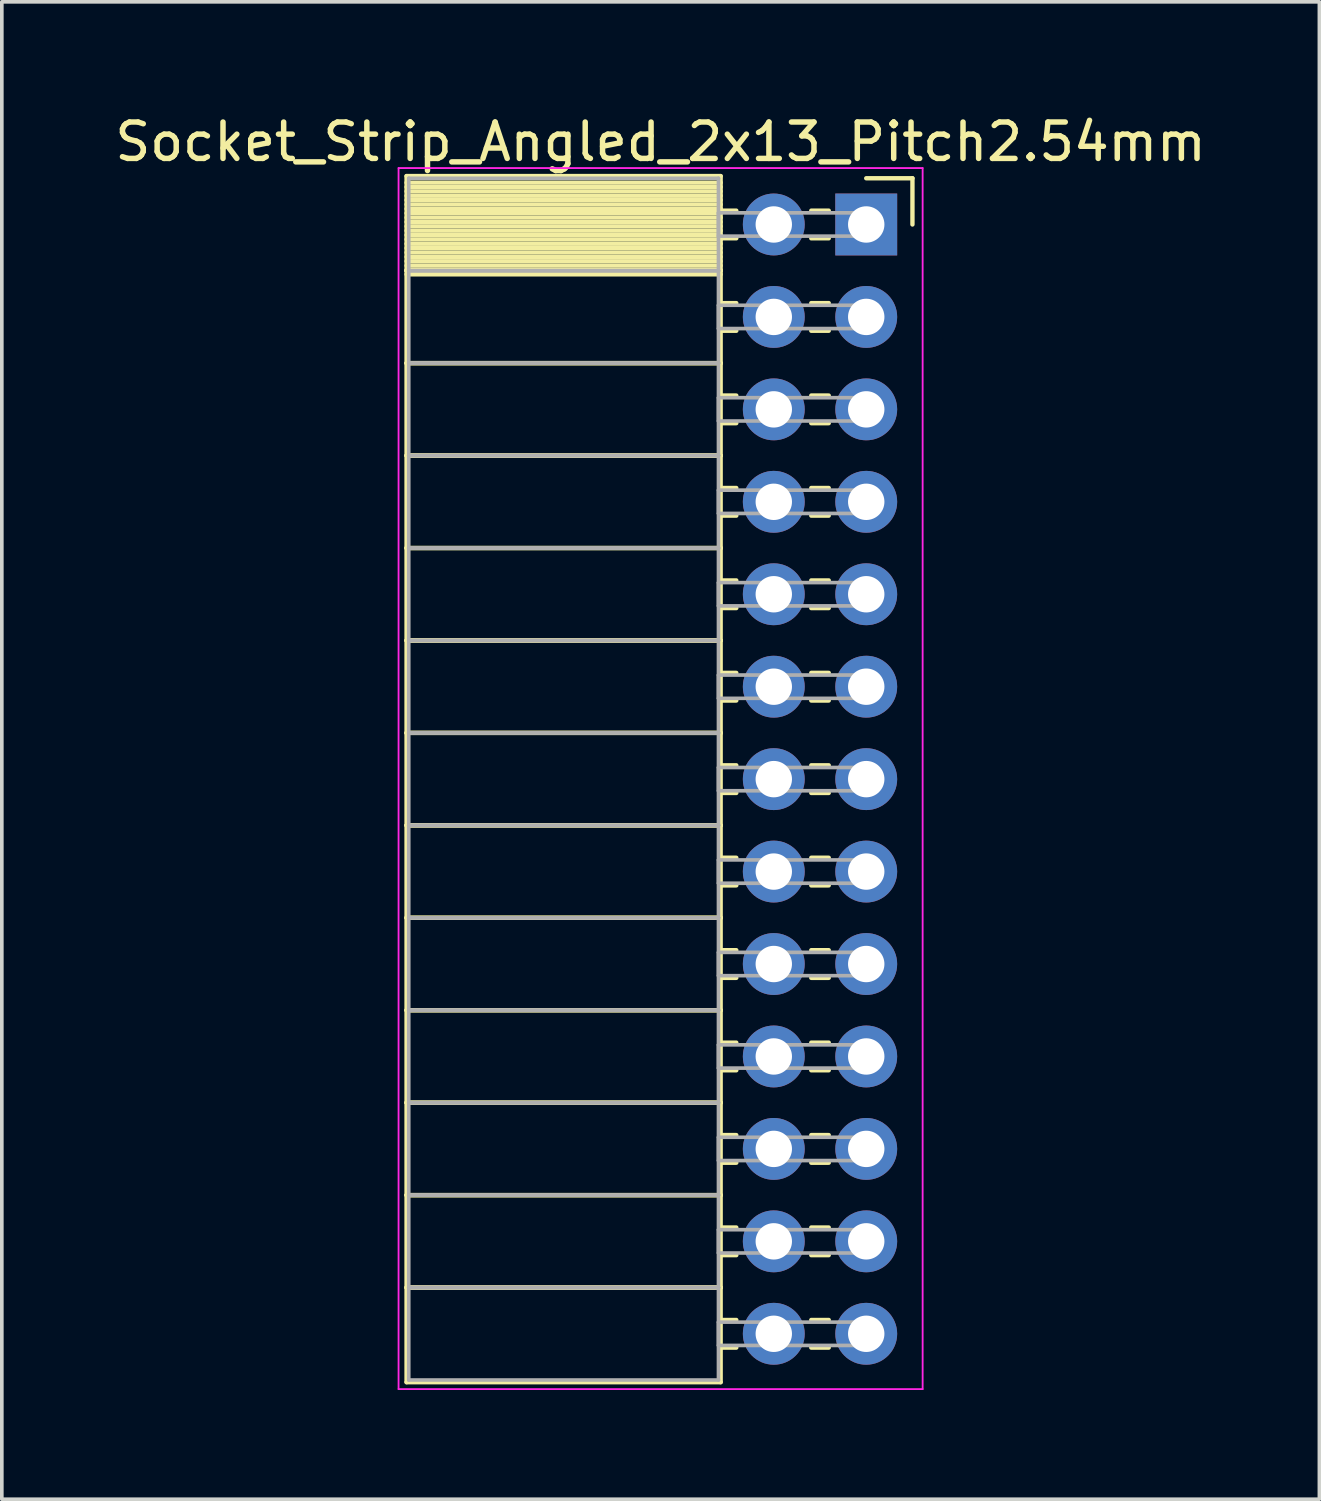
<source format=kicad_pcb>
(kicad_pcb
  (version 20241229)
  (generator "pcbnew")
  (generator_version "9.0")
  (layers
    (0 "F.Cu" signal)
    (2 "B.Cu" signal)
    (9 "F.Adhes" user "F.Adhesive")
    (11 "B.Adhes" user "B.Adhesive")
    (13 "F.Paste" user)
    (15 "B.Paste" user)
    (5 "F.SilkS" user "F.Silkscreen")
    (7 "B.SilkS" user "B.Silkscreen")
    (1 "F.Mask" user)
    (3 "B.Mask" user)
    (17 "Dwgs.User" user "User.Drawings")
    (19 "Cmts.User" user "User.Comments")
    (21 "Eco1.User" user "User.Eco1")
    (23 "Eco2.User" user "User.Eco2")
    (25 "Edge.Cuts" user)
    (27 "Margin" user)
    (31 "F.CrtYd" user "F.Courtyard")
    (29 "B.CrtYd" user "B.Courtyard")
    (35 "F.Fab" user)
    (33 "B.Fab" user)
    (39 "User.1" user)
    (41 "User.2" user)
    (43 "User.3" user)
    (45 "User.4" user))
  (footprint "Socket_Strip_Angled_2x13_Pitch2.54mm"
    (layer "F.Cu")
    (at 20.751 3.118)
    (property "Reference" "Socket_Strip_Angled_2x13_Pitch2.54mm" (at -5.65 -2.27 0) (layer "F.SilkS") (effects (font (size 1 1) (thickness 0.15))))
    (attr through_hole)
    (fp_line (start -12.63 -1.33) (end -4 -1.33) (stroke (width 0.12) (type solid)) (layer "F.SilkS"))
    (fp_line (start -12.63 1.27) (end -12.63 -1.33) (stroke (width 0.12) (type solid)) (layer "F.SilkS"))
    (fp_line (start -12.63 1.27) (end -4 1.27) (stroke (width 0.12) (type solid)) (layer "F.SilkS"))
    (fp_line (start -12.63 3.81) (end -12.63 1.27) (stroke (width 0.12) (type solid)) (layer "F.SilkS"))
    (fp_line (start -12.63 3.81) (end -4 3.81) (stroke (width 0.12) (type solid)) (layer "F.SilkS"))
    (fp_line (start -12.63 6.35) (end -12.63 3.81) (stroke (width 0.12) (type solid)) (layer "F.SilkS"))
    (fp_line (start -12.63 6.35) (end -4 6.35) (stroke (width 0.12) (type solid)) (layer "F.SilkS"))
    (fp_line (start -12.63 8.89) (end -12.63 6.35) (stroke (width 0.12) (type solid)) (layer "F.SilkS"))
    (fp_line (start -12.63 8.89) (end -4 8.89) (stroke (width 0.12) (type solid)) (layer "F.SilkS"))
    (fp_line (start -12.63 11.43) (end -12.63 8.89) (stroke (width 0.12) (type solid)) (layer "F.SilkS"))
    (fp_line (start -12.63 11.43) (end -4 11.43) (stroke (width 0.12) (type solid)) (layer "F.SilkS"))
    (fp_line (start -12.63 13.97) (end -12.63 11.43) (stroke (width 0.12) (type solid)) (layer "F.SilkS"))
    (fp_line (start -12.63 13.97) (end -4 13.97) (stroke (width 0.12) (type solid)) (layer "F.SilkS"))
    (fp_line (start -12.63 16.51) (end -12.63 13.97) (stroke (width 0.12) (type solid)) (layer "F.SilkS"))
    (fp_line (start -12.63 16.51) (end -4 16.51) (stroke (width 0.12) (type solid)) (layer "F.SilkS"))
    (fp_line (start -12.63 19.05) (end -12.63 16.51) (stroke (width 0.12) (type solid)) (layer "F.SilkS"))
    (fp_line (start -12.63 19.05) (end -4 19.05) (stroke (width 0.12) (type solid)) (layer "F.SilkS"))
    (fp_line (start -12.63 21.59) (end -12.63 19.05) (stroke (width 0.12) (type solid)) (layer "F.SilkS"))
    (fp_line (start -12.63 21.59) (end -4 21.59) (stroke (width 0.12) (type solid)) (layer "F.SilkS"))
    (fp_line (start -12.63 24.13) (end -12.63 21.59) (stroke (width 0.12) (type solid)) (layer "F.SilkS"))
    (fp_line (start -12.63 24.13) (end -4 24.13) (stroke (width 0.12) (type solid)) (layer "F.SilkS"))
    (fp_line (start -12.63 26.67) (end -12.63 24.13) (stroke (width 0.12) (type solid)) (layer "F.SilkS"))
    (fp_line (start -12.63 26.67) (end -4 26.67) (stroke (width 0.12) (type solid)) (layer "F.SilkS"))
    (fp_line (start -12.63 29.21) (end -12.63 26.67) (stroke (width 0.12) (type solid)) (layer "F.SilkS"))
    (fp_line (start -12.63 29.21) (end -4 29.21) (stroke (width 0.12) (type solid)) (layer "F.SilkS"))
    (fp_line (start -12.63 31.81) (end -12.63 29.21) (stroke (width 0.12) (type solid)) (layer "F.SilkS"))
    (fp_line (start -4 -1.33) (end -4 1.27) (stroke (width 0.12) (type solid)) (layer "F.SilkS"))
    (fp_line (start -4 -1.15) (end -12.63 -1.15) (stroke (width 0.12) (type solid)) (layer "F.SilkS"))
    (fp_line (start -4 -1.03) (end -12.63 -1.03) (stroke (width 0.12) (type solid)) (layer "F.SilkS"))
    (fp_line (start -4 -0.91) (end -12.63 -0.91) (stroke (width 0.12) (type solid)) (layer "F.SilkS"))
    (fp_line (start -4 -0.79) (end -12.63 -0.79) (stroke (width 0.12) (type solid)) (layer "F.SilkS"))
    (fp_line (start -4 -0.67) (end -12.63 -0.67) (stroke (width 0.12) (type solid)) (layer "F.SilkS"))
    (fp_line (start -4 -0.55) (end -12.63 -0.55) (stroke (width 0.12) (type solid)) (layer "F.SilkS"))
    (fp_line (start -4 -0.43) (end -12.63 -0.43) (stroke (width 0.12) (type solid)) (layer "F.SilkS"))
    (fp_line (start -4 -0.31) (end -12.63 -0.31) (stroke (width 0.12) (type solid)) (layer "F.SilkS"))
    (fp_line (start -4 -0.19) (end -12.63 -0.19) (stroke (width 0.12) (type solid)) (layer "F.SilkS"))
    (fp_line (start -4 -0.07) (end -12.63 -0.07) (stroke (width 0.12) (type solid)) (layer "F.SilkS"))
    (fp_line (start -4 0.05) (end -12.63 0.05) (stroke (width 0.12) (type solid)) (layer "F.SilkS"))
    (fp_line (start -4 0.17) (end -12.63 0.17) (stroke (width 0.12) (type solid)) (layer "F.SilkS"))
    (fp_line (start -4 0.29) (end -12.63 0.29) (stroke (width 0.12) (type solid)) (layer "F.SilkS"))
    (fp_line (start -4 0.41) (end -12.63 0.41) (stroke (width 0.12) (type solid)) (layer "F.SilkS"))
    (fp_line (start -4 0.53) (end -12.63 0.53) (stroke (width 0.12) (type solid)) (layer "F.SilkS"))
    (fp_line (start -4 0.65) (end -12.63 0.65) (stroke (width 0.12) (type solid)) (layer "F.SilkS"))
    (fp_line (start -4 0.77) (end -12.63 0.77) (stroke (width 0.12) (type solid)) (layer "F.SilkS"))
    (fp_line (start -4 0.89) (end -12.63 0.89) (stroke (width 0.12) (type solid)) (layer "F.SilkS"))
    (fp_line (start -4 1.01) (end -12.63 1.01) (stroke (width 0.12) (type solid)) (layer "F.SilkS"))
    (fp_line (start -4 1.13) (end -12.63 1.13) (stroke (width 0.12) (type solid)) (layer "F.SilkS"))
    (fp_line (start -4 1.25) (end -12.63 1.25) (stroke (width 0.12) (type solid)) (layer "F.SilkS"))
    (fp_line (start -4 1.27) (end -12.63 1.27) (stroke (width 0.12) (type solid)) (layer "F.SilkS"))
    (fp_line (start -4 1.27) (end -4 3.81) (stroke (width 0.12) (type solid)) (layer "F.SilkS"))
    (fp_line (start -4 1.37) (end -12.63 1.37) (stroke (width 0.12) (type solid)) (layer "F.SilkS"))
    (fp_line (start -4 3.81) (end -12.63 3.81) (stroke (width 0.12) (type solid)) (layer "F.SilkS"))
    (fp_line (start -4 3.81) (end -4 6.35) (stroke (width 0.12) (type solid)) (layer "F.SilkS"))
    (fp_line (start -4 6.35) (end -12.63 6.35) (stroke (width 0.12) (type solid)) (layer "F.SilkS"))
    (fp_line (start -4 6.35) (end -4 8.89) (stroke (width 0.12) (type solid)) (layer "F.SilkS"))
    (fp_line (start -4 8.89) (end -12.63 8.89) (stroke (width 0.12) (type solid)) (layer "F.SilkS"))
    (fp_line (start -4 8.89) (end -4 11.43) (stroke (width 0.12) (type solid)) (layer "F.SilkS"))
    (fp_line (start -4 11.43) (end -12.63 11.43) (stroke (width 0.12) (type solid)) (layer "F.SilkS"))
    (fp_line (start -4 11.43) (end -4 13.97) (stroke (width 0.12) (type solid)) (layer "F.SilkS"))
    (fp_line (start -4 13.97) (end -12.63 13.97) (stroke (width 0.12) (type solid)) (layer "F.SilkS"))
    (fp_line (start -4 13.97) (end -4 16.51) (stroke (width 0.12) (type solid)) (layer "F.SilkS"))
    (fp_line (start -4 16.51) (end -12.63 16.51) (stroke (width 0.12) (type solid)) (layer "F.SilkS"))
    (fp_line (start -4 16.51) (end -4 19.05) (stroke (width 0.12) (type solid)) (layer "F.SilkS"))
    (fp_line (start -4 19.05) (end -12.63 19.05) (stroke (width 0.12) (type solid)) (layer "F.SilkS"))
    (fp_line (start -4 19.05) (end -4 21.59) (stroke (width 0.12) (type solid)) (layer "F.SilkS"))
    (fp_line (start -4 21.59) (end -12.63 21.59) (stroke (width 0.12) (type solid)) (layer "F.SilkS"))
    (fp_line (start -4 21.59) (end -4 24.13) (stroke (width 0.12) (type solid)) (layer "F.SilkS"))
    (fp_line (start -4 24.13) (end -12.63 24.13) (stroke (width 0.12) (type solid)) (layer "F.SilkS"))
    (fp_line (start -4 24.13) (end -4 26.67) (stroke (width 0.12) (type solid)) (layer "F.SilkS"))
    (fp_line (start -4 26.67) (end -12.63 26.67) (stroke (width 0.12) (type solid)) (layer "F.SilkS"))
    (fp_line (start -4 26.67) (end -4 29.21) (stroke (width 0.12) (type solid)) (layer "F.SilkS"))
    (fp_line (start -4 29.21) (end -12.63 29.21) (stroke (width 0.12) (type solid)) (layer "F.SilkS"))
    (fp_line (start -4 29.21) (end -4 31.81) (stroke (width 0.12) (type solid)) (layer "F.SilkS"))
    (fp_line (start -4 31.81) (end -12.63 31.81) (stroke (width 0.12) (type solid)) (layer "F.SilkS"))
    (fp_line (start -3.57 -0.38) (end -4 -0.38) (stroke (width 0.12) (type solid)) (layer "F.SilkS"))
    (fp_line (start -3.57 0.38) (end -4 0.38) (stroke (width 0.12) (type solid)) (layer "F.SilkS"))
    (fp_line (start -3.57 2.16) (end -4 2.16) (stroke (width 0.12) (type solid)) (layer "F.SilkS"))
    (fp_line (start -3.57 2.92) (end -4 2.92) (stroke (width 0.12) (type solid)) (layer "F.SilkS"))
    (fp_line (start -3.57 4.7) (end -4 4.7) (stroke (width 0.12) (type solid)) (layer "F.SilkS"))
    (fp_line (start -3.57 5.46) (end -4 5.46) (stroke (width 0.12) (type solid)) (layer "F.SilkS"))
    (fp_line (start -3.57 7.24) (end -4 7.24) (stroke (width 0.12) (type solid)) (layer "F.SilkS"))
    (fp_line (start -3.57 8) (end -4 8) (stroke (width 0.12) (type solid)) (layer "F.SilkS"))
    (fp_line (start -3.57 9.78) (end -4 9.78) (stroke (width 0.12) (type solid)) (layer "F.SilkS"))
    (fp_line (start -3.57 10.54) (end -4 10.54) (stroke (width 0.12) (type solid)) (layer "F.SilkS"))
    (fp_line (start -3.57 12.32) (end -4 12.32) (stroke (width 0.12) (type solid)) (layer "F.SilkS"))
    (fp_line (start -3.57 13.08) (end -4 13.08) (stroke (width 0.12) (type solid)) (layer "F.SilkS"))
    (fp_line (start -3.57 14.86) (end -4 14.86) (stroke (width 0.12) (type solid)) (layer "F.SilkS"))
    (fp_line (start -3.57 15.62) (end -4 15.62) (stroke (width 0.12) (type solid)) (layer "F.SilkS"))
    (fp_line (start -3.57 17.4) (end -4 17.4) (stroke (width 0.12) (type solid)) (layer "F.SilkS"))
    (fp_line (start -3.57 18.16) (end -4 18.16) (stroke (width 0.12) (type solid)) (layer "F.SilkS"))
    (fp_line (start -3.57 19.94) (end -4 19.94) (stroke (width 0.12) (type solid)) (layer "F.SilkS"))
    (fp_line (start -3.57 20.7) (end -4 20.7) (stroke (width 0.12) (type solid)) (layer "F.SilkS"))
    (fp_line (start -3.57 22.48) (end -4 22.48) (stroke (width 0.12) (type solid)) (layer "F.SilkS"))
    (fp_line (start -3.57 23.24) (end -4 23.24) (stroke (width 0.12) (type solid)) (layer "F.SilkS"))
    (fp_line (start -3.57 25.02) (end -4 25.02) (stroke (width 0.12) (type solid)) (layer "F.SilkS"))
    (fp_line (start -3.57 25.78) (end -4 25.78) (stroke (width 0.12) (type solid)) (layer "F.SilkS"))
    (fp_line (start -3.57 27.56) (end -4 27.56) (stroke (width 0.12) (type solid)) (layer "F.SilkS"))
    (fp_line (start -3.57 28.32) (end -4 28.32) (stroke (width 0.12) (type solid)) (layer "F.SilkS"))
    (fp_line (start -3.57 30.1) (end -4 30.1) (stroke (width 0.12) (type solid)) (layer "F.SilkS"))
    (fp_line (start -3.57 30.86) (end -4 30.86) (stroke (width 0.12) (type solid)) (layer "F.SilkS"))
    (fp_line (start -1.03 -0.38) (end -1.51 -0.38) (stroke (width 0.12) (type solid)) (layer "F.SilkS"))
    (fp_line (start -1.03 0.38) (end -1.51 0.38) (stroke (width 0.12) (type solid)) (layer "F.SilkS"))
    (fp_line (start -1.03 2.16) (end -1.51 2.16) (stroke (width 0.12) (type solid)) (layer "F.SilkS"))
    (fp_line (start -1.03 2.92) (end -1.51 2.92) (stroke (width 0.12) (type solid)) (layer "F.SilkS"))
    (fp_line (start -1.03 4.7) (end -1.51 4.7) (stroke (width 0.12) (type solid)) (layer "F.SilkS"))
    (fp_line (start -1.03 5.46) (end -1.51 5.46) (stroke (width 0.12) (type solid)) (layer "F.SilkS"))
    (fp_line (start -1.03 7.24) (end -1.51 7.24) (stroke (width 0.12) (type solid)) (layer "F.SilkS"))
    (fp_line (start -1.03 8) (end -1.51 8) (stroke (width 0.12) (type solid)) (layer "F.SilkS"))
    (fp_line (start -1.03 9.78) (end -1.51 9.78) (stroke (width 0.12) (type solid)) (layer "F.SilkS"))
    (fp_line (start -1.03 10.54) (end -1.51 10.54) (stroke (width 0.12) (type solid)) (layer "F.SilkS"))
    (fp_line (start -1.03 12.32) (end -1.51 12.32) (stroke (width 0.12) (type solid)) (layer "F.SilkS"))
    (fp_line (start -1.03 13.08) (end -1.51 13.08) (stroke (width 0.12) (type solid)) (layer "F.SilkS"))
    (fp_line (start -1.03 14.86) (end -1.51 14.86) (stroke (width 0.12) (type solid)) (layer "F.SilkS"))
    (fp_line (start -1.03 15.62) (end -1.51 15.62) (stroke (width 0.12) (type solid)) (layer "F.SilkS"))
    (fp_line (start -1.03 17.4) (end -1.51 17.4) (stroke (width 0.12) (type solid)) (layer "F.SilkS"))
    (fp_line (start -1.03 18.16) (end -1.51 18.16) (stroke (width 0.12) (type solid)) (layer "F.SilkS"))
    (fp_line (start -1.03 19.94) (end -1.51 19.94) (stroke (width 0.12) (type solid)) (layer "F.SilkS"))
    (fp_line (start -1.03 20.7) (end -1.51 20.7) (stroke (width 0.12) (type solid)) (layer "F.SilkS"))
    (fp_line (start -1.03 22.48) (end -1.51 22.48) (stroke (width 0.12) (type solid)) (layer "F.SilkS"))
    (fp_line (start -1.03 23.24) (end -1.51 23.24) (stroke (width 0.12) (type solid)) (layer "F.SilkS"))
    (fp_line (start -1.03 25.02) (end -1.51 25.02) (stroke (width 0.12) (type solid)) (layer "F.SilkS"))
    (fp_line (start -1.03 25.78) (end -1.51 25.78) (stroke (width 0.12) (type solid)) (layer "F.SilkS"))
    (fp_line (start -1.03 27.56) (end -1.51 27.56) (stroke (width 0.12) (type solid)) (layer "F.SilkS"))
    (fp_line (start -1.03 28.32) (end -1.51 28.32) (stroke (width 0.12) (type solid)) (layer "F.SilkS"))
    (fp_line (start -1.03 30.1) (end -1.51 30.1) (stroke (width 0.12) (type solid)) (layer "F.SilkS"))
    (fp_line (start -1.03 30.86) (end -1.51 30.86) (stroke (width 0.12) (type solid)) (layer "F.SilkS"))
    (fp_line (start 0 -1.27) (end 1.27 -1.27) (stroke (width 0.12) (type solid)) (layer "F.SilkS"))
    (fp_line (start 1.27 -1.27) (end 1.27 0) (stroke (width 0.12) (type solid)) (layer "F.SilkS"))
    (fp_line (start -12.85 -1.55) (end 1.55 -1.55) (stroke (width 0.05) (type solid)) (layer "F.CrtYd"))
    (fp_line (start -12.85 32) (end -12.85 -1.55) (stroke (width 0.05) (type solid)) (layer "F.CrtYd"))
    (fp_line (start 1.55 -1.55) (end 1.55 32) (stroke (width 0.05) (type solid)) (layer "F.CrtYd"))
    (fp_line (start 1.55 32) (end -12.85 32) (stroke (width 0.05) (type solid)) (layer "F.CrtYd"))
    (fp_line (start -12.57 -1.27) (end -4.06 -1.27) (stroke (width 0.1) (type solid)) (layer "F.Fab"))
    (fp_line (start -12.57 1.27) (end -12.57 -1.27) (stroke (width 0.1) (type solid)) (layer "F.Fab"))
    (fp_line (start -12.57 1.27) (end -4.06 1.27) (stroke (width 0.1) (type solid)) (layer "F.Fab"))
    (fp_line (start -12.57 3.81) (end -12.57 1.27) (stroke (width 0.1) (type solid)) (layer "F.Fab"))
    (fp_line (start -12.57 3.81) (end -4.06 3.81) (stroke (width 0.1) (type solid)) (layer "F.Fab"))
    (fp_line (start -12.57 6.35) (end -12.57 3.81) (stroke (width 0.1) (type solid)) (layer "F.Fab"))
    (fp_line (start -12.57 6.35) (end -4.06 6.35) (stroke (width 0.1) (type solid)) (layer "F.Fab"))
    (fp_line (start -12.57 8.89) (end -12.57 6.35) (stroke (width 0.1) (type solid)) (layer "F.Fab"))
    (fp_line (start -12.57 8.89) (end -4.06 8.89) (stroke (width 0.1) (type solid)) (layer "F.Fab"))
    (fp_line (start -12.57 11.43) (end -12.57 8.89) (stroke (width 0.1) (type solid)) (layer "F.Fab"))
    (fp_line (start -12.57 11.43) (end -4.06 11.43) (stroke (width 0.1) (type solid)) (layer "F.Fab"))
    (fp_line (start -12.57 13.97) (end -12.57 11.43) (stroke (width 0.1) (type solid)) (layer "F.Fab"))
    (fp_line (start -12.57 13.97) (end -4.06 13.97) (stroke (width 0.1) (type solid)) (layer "F.Fab"))
    (fp_line (start -12.57 16.51) (end -12.57 13.97) (stroke (width 0.1) (type solid)) (layer "F.Fab"))
    (fp_line (start -12.57 16.51) (end -4.06 16.51) (stroke (width 0.1) (type solid)) (layer "F.Fab"))
    (fp_line (start -12.57 19.05) (end -12.57 16.51) (stroke (width 0.1) (type solid)) (layer "F.Fab"))
    (fp_line (start -12.57 19.05) (end -4.06 19.05) (stroke (width 0.1) (type solid)) (layer "F.Fab"))
    (fp_line (start -12.57 21.59) (end -12.57 19.05) (stroke (width 0.1) (type solid)) (layer "F.Fab"))
    (fp_line (start -12.57 21.59) (end -4.06 21.59) (stroke (width 0.1) (type solid)) (layer "F.Fab"))
    (fp_line (start -12.57 24.13) (end -12.57 21.59) (stroke (width 0.1) (type solid)) (layer "F.Fab"))
    (fp_line (start -12.57 24.13) (end -4.06 24.13) (stroke (width 0.1) (type solid)) (layer "F.Fab"))
    (fp_line (start -12.57 26.67) (end -12.57 24.13) (stroke (width 0.1) (type solid)) (layer "F.Fab"))
    (fp_line (start -12.57 26.67) (end -4.06 26.67) (stroke (width 0.1) (type solid)) (layer "F.Fab"))
    (fp_line (start -12.57 29.21) (end -12.57 26.67) (stroke (width 0.1) (type solid)) (layer "F.Fab"))
    (fp_line (start -12.57 29.21) (end -4.06 29.21) (stroke (width 0.1) (type solid)) (layer "F.Fab"))
    (fp_line (start -12.57 31.75) (end -12.57 29.21) (stroke (width 0.1) (type solid)) (layer "F.Fab"))
    (fp_line (start -4.06 -1.27) (end -4.06 1.27) (stroke (width 0.1) (type solid)) (layer "F.Fab"))
    (fp_line (start -4.06 -0.32) (end 0 -0.32) (stroke (width 0.1) (type solid)) (layer "F.Fab"))
    (fp_line (start -4.06 0.32) (end -4.06 -0.32) (stroke (width 0.1) (type solid)) (layer "F.Fab"))
    (fp_line (start -4.06 1.27) (end -12.57 1.27) (stroke (width 0.1) (type solid)) (layer "F.Fab"))
    (fp_line (start -4.06 1.27) (end -4.06 3.81) (stroke (width 0.1) (type solid)) (layer "F.Fab"))
    (fp_line (start -4.06 2.22) (end 0 2.22) (stroke (width 0.1) (type solid)) (layer "F.Fab"))
    (fp_line (start -4.06 2.86) (end -4.06 2.22) (stroke (width 0.1) (type solid)) (layer "F.Fab"))
    (fp_line (start -4.06 3.81) (end -12.57 3.81) (stroke (width 0.1) (type solid)) (layer "F.Fab"))
    (fp_line (start -4.06 3.81) (end -4.06 6.35) (stroke (width 0.1) (type solid)) (layer "F.Fab"))
    (fp_line (start -4.06 4.76) (end 0 4.76) (stroke (width 0.1) (type solid)) (layer "F.Fab"))
    (fp_line (start -4.06 5.4) (end -4.06 4.76) (stroke (width 0.1) (type solid)) (layer "F.Fab"))
    (fp_line (start -4.06 6.35) (end -12.57 6.35) (stroke (width 0.1) (type solid)) (layer "F.Fab"))
    (fp_line (start -4.06 6.35) (end -4.06 8.89) (stroke (width 0.1) (type solid)) (layer "F.Fab"))
    (fp_line (start -4.06 7.3) (end 0 7.3) (stroke (width 0.1) (type solid)) (layer "F.Fab"))
    (fp_line (start -4.06 7.94) (end -4.06 7.3) (stroke (width 0.1) (type solid)) (layer "F.Fab"))
    (fp_line (start -4.06 8.89) (end -12.57 8.89) (stroke (width 0.1) (type solid)) (layer "F.Fab"))
    (fp_line (start -4.06 8.89) (end -4.06 11.43) (stroke (width 0.1) (type solid)) (layer "F.Fab"))
    (fp_line (start -4.06 9.84) (end 0 9.84) (stroke (width 0.1) (type solid)) (layer "F.Fab"))
    (fp_line (start -4.06 10.48) (end -4.06 9.84) (stroke (width 0.1) (type solid)) (layer "F.Fab"))
    (fp_line (start -4.06 11.43) (end -12.57 11.43) (stroke (width 0.1) (type solid)) (layer "F.Fab"))
    (fp_line (start -4.06 11.43) (end -4.06 13.97) (stroke (width 0.1) (type solid)) (layer "F.Fab"))
    (fp_line (start -4.06 12.38) (end 0 12.38) (stroke (width 0.1) (type solid)) (layer "F.Fab"))
    (fp_line (start -4.06 13.02) (end -4.06 12.38) (stroke (width 0.1) (type solid)) (layer "F.Fab"))
    (fp_line (start -4.06 13.97) (end -12.57 13.97) (stroke (width 0.1) (type solid)) (layer "F.Fab"))
    (fp_line (start -4.06 13.97) (end -4.06 16.51) (stroke (width 0.1) (type solid)) (layer "F.Fab"))
    (fp_line (start -4.06 14.92) (end 0 14.92) (stroke (width 0.1) (type solid)) (layer "F.Fab"))
    (fp_line (start -4.06 15.56) (end -4.06 14.92) (stroke (width 0.1) (type solid)) (layer "F.Fab"))
    (fp_line (start -4.06 16.51) (end -12.57 16.51) (stroke (width 0.1) (type solid)) (layer "F.Fab"))
    (fp_line (start -4.06 16.51) (end -4.06 19.05) (stroke (width 0.1) (type solid)) (layer "F.Fab"))
    (fp_line (start -4.06 17.46) (end 0 17.46) (stroke (width 0.1) (type solid)) (layer "F.Fab"))
    (fp_line (start -4.06 18.1) (end -4.06 17.46) (stroke (width 0.1) (type solid)) (layer "F.Fab"))
    (fp_line (start -4.06 19.05) (end -12.57 19.05) (stroke (width 0.1) (type solid)) (layer "F.Fab"))
    (fp_line (start -4.06 19.05) (end -4.06 21.59) (stroke (width 0.1) (type solid)) (layer "F.Fab"))
    (fp_line (start -4.06 20) (end 0 20) (stroke (width 0.1) (type solid)) (layer "F.Fab"))
    (fp_line (start -4.06 20.64) (end -4.06 20) (stroke (width 0.1) (type solid)) (layer "F.Fab"))
    (fp_line (start -4.06 21.59) (end -12.57 21.59) (stroke (width 0.1) (type solid)) (layer "F.Fab"))
    (fp_line (start -4.06 21.59) (end -4.06 24.13) (stroke (width 0.1) (type solid)) (layer "F.Fab"))
    (fp_line (start -4.06 22.54) (end 0 22.54) (stroke (width 0.1) (type solid)) (layer "F.Fab"))
    (fp_line (start -4.06 23.18) (end -4.06 22.54) (stroke (width 0.1) (type solid)) (layer "F.Fab"))
    (fp_line (start -4.06 24.13) (end -12.57 24.13) (stroke (width 0.1) (type solid)) (layer "F.Fab"))
    (fp_line (start -4.06 24.13) (end -4.06 26.67) (stroke (width 0.1) (type solid)) (layer "F.Fab"))
    (fp_line (start -4.06 25.08) (end 0 25.08) (stroke (width 0.1) (type solid)) (layer "F.Fab"))
    (fp_line (start -4.06 25.72) (end -4.06 25.08) (stroke (width 0.1) (type solid)) (layer "F.Fab"))
    (fp_line (start -4.06 26.67) (end -12.57 26.67) (stroke (width 0.1) (type solid)) (layer "F.Fab"))
    (fp_line (start -4.06 26.67) (end -4.06 29.21) (stroke (width 0.1) (type solid)) (layer "F.Fab"))
    (fp_line (start -4.06 27.62) (end 0 27.62) (stroke (width 0.1) (type solid)) (layer "F.Fab"))
    (fp_line (start -4.06 28.26) (end -4.06 27.62) (stroke (width 0.1) (type solid)) (layer "F.Fab"))
    (fp_line (start -4.06 29.21) (end -12.57 29.21) (stroke (width 0.1) (type solid)) (layer "F.Fab"))
    (fp_line (start -4.06 29.21) (end -4.06 31.75) (stroke (width 0.1) (type solid)) (layer "F.Fab"))
    (fp_line (start -4.06 30.16) (end 0 30.16) (stroke (width 0.1) (type solid)) (layer "F.Fab"))
    (fp_line (start -4.06 30.8) (end -4.06 30.16) (stroke (width 0.1) (type solid)) (layer "F.Fab"))
    (fp_line (start -4.06 31.75) (end -12.57 31.75) (stroke (width 0.1) (type solid)) (layer "F.Fab"))
    (fp_line (start 0 -0.32) (end 0 0.32) (stroke (width 0.1) (type solid)) (layer "F.Fab"))
    (fp_line (start 0 0.32) (end -4.06 0.32) (stroke (width 0.1) (type solid)) (layer "F.Fab"))
    (fp_line (start 0 2.22) (end 0 2.86) (stroke (width 0.1) (type solid)) (layer "F.Fab"))
    (fp_line (start 0 2.86) (end -4.06 2.86) (stroke (width 0.1) (type solid)) (layer "F.Fab"))
    (fp_line (start 0 4.76) (end 0 5.4) (stroke (width 0.1) (type solid)) (layer "F.Fab"))
    (fp_line (start 0 5.4) (end -4.06 5.4) (stroke (width 0.1) (type solid)) (layer "F.Fab"))
    (fp_line (start 0 7.3) (end 0 7.94) (stroke (width 0.1) (type solid)) (layer "F.Fab"))
    (fp_line (start 0 7.94) (end -4.06 7.94) (stroke (width 0.1) (type solid)) (layer "F.Fab"))
    (fp_line (start 0 9.84) (end 0 10.48) (stroke (width 0.1) (type solid)) (layer "F.Fab"))
    (fp_line (start 0 10.48) (end -4.06 10.48) (stroke (width 0.1) (type solid)) (layer "F.Fab"))
    (fp_line (start 0 12.38) (end 0 13.02) (stroke (width 0.1) (type solid)) (layer "F.Fab"))
    (fp_line (start 0 13.02) (end -4.06 13.02) (stroke (width 0.1) (type solid)) (layer "F.Fab"))
    (fp_line (start 0 14.92) (end 0 15.56) (stroke (width 0.1) (type solid)) (layer "F.Fab"))
    (fp_line (start 0 15.56) (end -4.06 15.56) (stroke (width 0.1) (type solid)) (layer "F.Fab"))
    (fp_line (start 0 17.46) (end 0 18.1) (stroke (width 0.1) (type solid)) (layer "F.Fab"))
    (fp_line (start 0 18.1) (end -4.06 18.1) (stroke (width 0.1) (type solid)) (layer "F.Fab"))
    (fp_line (start 0 20) (end 0 20.64) (stroke (width 0.1) (type solid)) (layer "F.Fab"))
    (fp_line (start 0 20.64) (end -4.06 20.64) (stroke (width 0.1) (type solid)) (layer "F.Fab"))
    (fp_line (start 0 22.54) (end 0 23.18) (stroke (width 0.1) (type solid)) (layer "F.Fab"))
    (fp_line (start 0 23.18) (end -4.06 23.18) (stroke (width 0.1) (type solid)) (layer "F.Fab"))
    (fp_line (start 0 25.08) (end 0 25.72) (stroke (width 0.1) (type solid)) (layer "F.Fab"))
    (fp_line (start 0 25.72) (end -4.06 25.72) (stroke (width 0.1) (type solid)) (layer "F.Fab"))
    (fp_line (start 0 27.62) (end 0 28.26) (stroke (width 0.1) (type solid)) (layer "F.Fab"))
    (fp_line (start 0 28.26) (end -4.06 28.26) (stroke (width 0.1) (type solid)) (layer "F.Fab"))
    (fp_line (start 0 30.16) (end 0 30.8) (stroke (width 0.1) (type solid)) (layer "F.Fab"))
    (fp_line (start 0 30.8) (end -4.06 30.8) (stroke (width 0.1) (type solid)) (layer "F.Fab"))
    (pad "1" thru_hole rect (at 0 0) (size 1.7 1.7) (drill 1) (layers "*.Cu" "*.Mask"))
    (pad "2" thru_hole oval (at -2.54 0) (size 1.7 1.7) (drill 1) (layers "*.Cu" "*.Mask"))
    (pad "3" thru_hole oval (at 0 2.54) (size 1.7 1.7) (drill 1) (layers "*.Cu" "*.Mask"))
    (pad "4" thru_hole oval (at -2.54 2.54) (size 1.7 1.7) (drill 1) (layers "*.Cu" "*.Mask"))
    (pad "5" thru_hole oval (at 0 5.08) (size 1.7 1.7) (drill 1) (layers "*.Cu" "*.Mask"))
    (pad "6" thru_hole oval (at -2.54 5.08) (size 1.7 1.7) (drill 1) (layers "*.Cu" "*.Mask"))
    (pad "7" thru_hole oval (at 0 7.62) (size 1.7 1.7) (drill 1) (layers "*.Cu" "*.Mask"))
    (pad "8" thru_hole oval (at -2.54 7.62) (size 1.7 1.7) (drill 1) (layers "*.Cu" "*.Mask"))
    (pad "9" thru_hole oval (at 0 10.16) (size 1.7 1.7) (drill 1) (layers "*.Cu" "*.Mask"))
    (pad "10" thru_hole oval (at -2.54 10.16) (size 1.7 1.7) (drill 1) (layers "*.Cu" "*.Mask"))
    (pad "11" thru_hole oval (at 0 12.7) (size 1.7 1.7) (drill 1) (layers "*.Cu" "*.Mask"))
    (pad "12" thru_hole oval (at -2.54 12.7) (size 1.7 1.7) (drill 1) (layers "*.Cu" "*.Mask"))
    (pad "13" thru_hole oval (at 0 15.24) (size 1.7 1.7) (drill 1) (layers "*.Cu" "*.Mask"))
    (pad "14" thru_hole oval (at -2.54 15.24) (size 1.7 1.7) (drill 1) (layers "*.Cu" "*.Mask"))
    (pad "15" thru_hole oval (at 0 17.78) (size 1.7 1.7) (drill 1) (layers "*.Cu" "*.Mask"))
    (pad "16" thru_hole oval (at -2.54 17.78) (size 1.7 1.7) (drill 1) (layers "*.Cu" "*.Mask"))
    (pad "17" thru_hole oval (at 0 20.32) (size 1.7 1.7) (drill 1) (layers "*.Cu" "*.Mask"))
    (pad "18" thru_hole oval (at -2.54 20.32) (size 1.7 1.7) (drill 1) (layers "*.Cu" "*.Mask"))
    (pad "19" thru_hole oval (at 0 22.86) (size 1.7 1.7) (drill 1) (layers "*.Cu" "*.Mask"))
    (pad "20" thru_hole oval (at -2.54 22.86) (size 1.7 1.7) (drill 1) (layers "*.Cu" "*.Mask"))
    (pad "21" thru_hole oval (at 0 25.4) (size 1.7 1.7) (drill 1) (layers "*.Cu" "*.Mask"))
    (pad "22" thru_hole oval (at -2.54 25.4) (size 1.7 1.7) (drill 1) (layers "*.Cu" "*.Mask"))
    (pad "23" thru_hole oval (at 0 27.94) (size 1.7 1.7) (drill 1) (layers "*.Cu" "*.Mask"))
    (pad "24" thru_hole oval (at -2.54 27.94) (size 1.7 1.7) (drill 1) (layers "*.Cu" "*.Mask"))
    (pad "25" thru_hole oval (at 0 30.48) (size 1.7 1.7) (drill 1) (layers "*.Cu" "*.Mask"))
    (pad "26" thru_hole oval (at -2.54 30.48) (size 1.7 1.7) (drill 1) (layers "*.Cu" "*.Mask")))
  (gr_rect
    (start -3 -3)
    (end 33.202 38.143)
    (stroke (width 0.1) (type default))
    (fill no)
    (layer "Edge.Cuts")))
</source>
